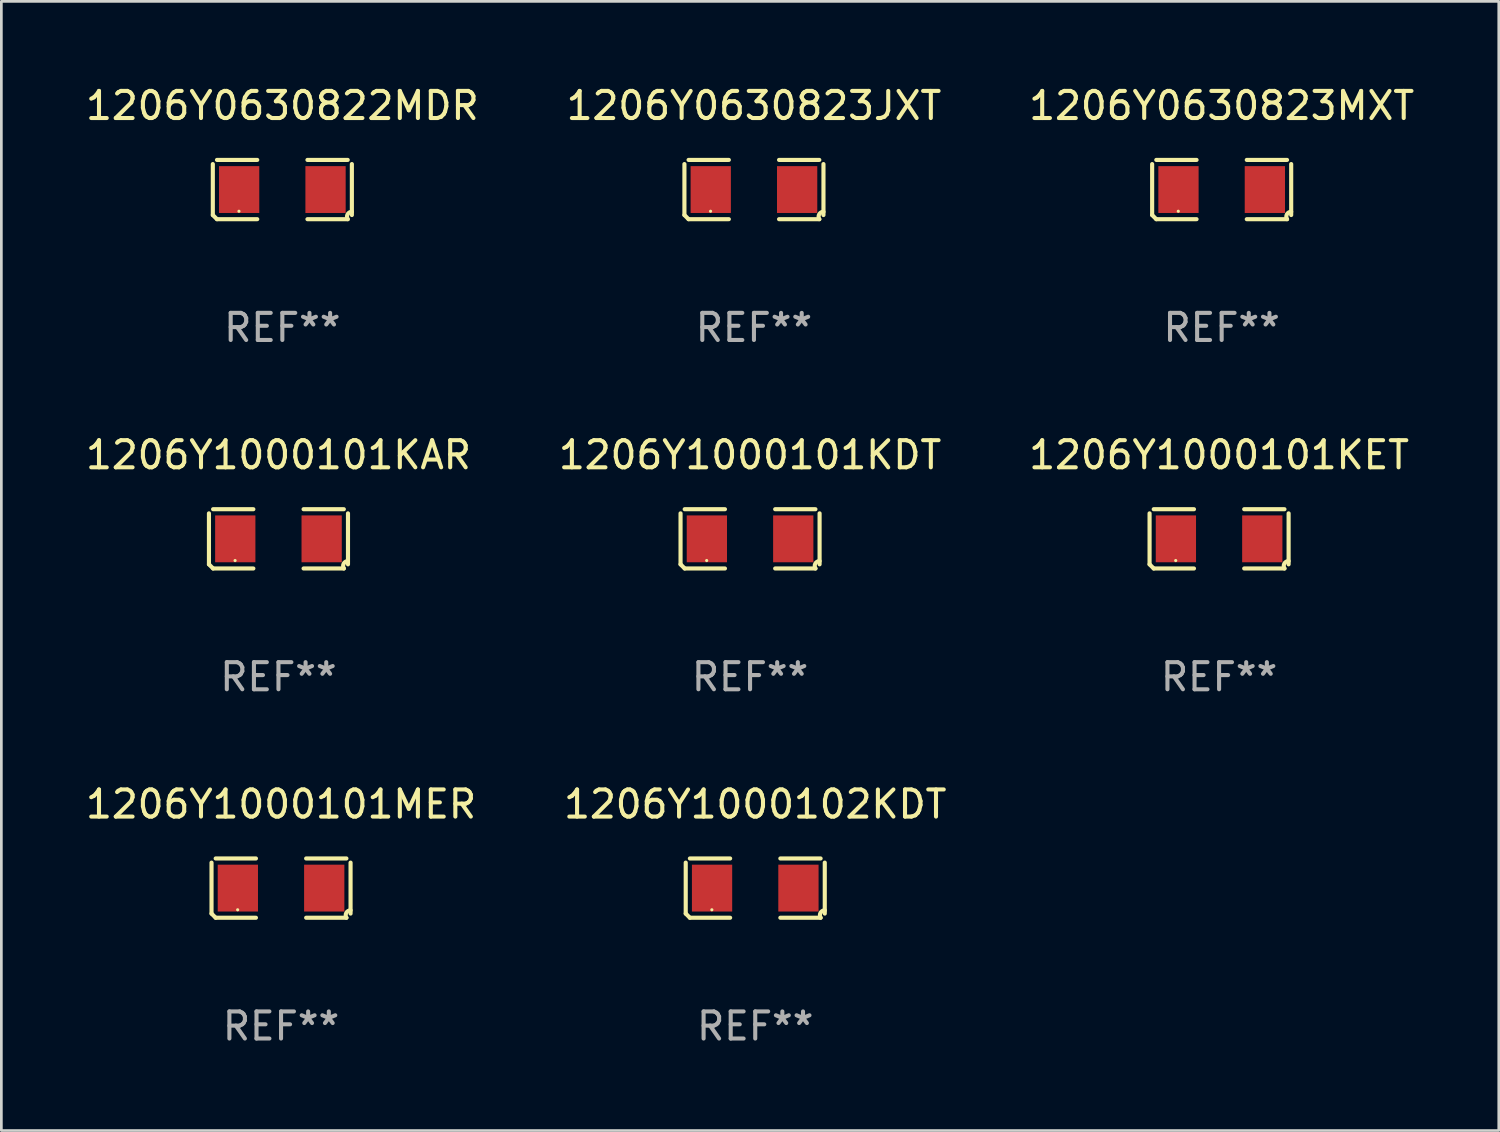
<source format=kicad_pcb>
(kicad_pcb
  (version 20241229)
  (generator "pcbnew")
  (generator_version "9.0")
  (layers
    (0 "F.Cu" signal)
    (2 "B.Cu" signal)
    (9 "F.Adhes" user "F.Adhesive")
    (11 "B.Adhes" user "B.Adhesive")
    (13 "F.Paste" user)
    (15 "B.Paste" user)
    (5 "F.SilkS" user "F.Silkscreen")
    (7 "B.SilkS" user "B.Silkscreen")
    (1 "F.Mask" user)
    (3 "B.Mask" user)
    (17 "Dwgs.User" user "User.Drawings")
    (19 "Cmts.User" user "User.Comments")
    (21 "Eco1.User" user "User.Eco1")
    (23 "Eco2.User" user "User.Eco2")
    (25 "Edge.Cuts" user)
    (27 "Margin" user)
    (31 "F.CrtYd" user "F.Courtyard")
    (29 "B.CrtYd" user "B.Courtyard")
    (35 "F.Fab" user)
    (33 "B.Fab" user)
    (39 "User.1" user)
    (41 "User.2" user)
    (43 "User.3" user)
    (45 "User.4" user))
  (footprint "1206Y1000101KDT"
    (layer "F.Cu")
    (at 24.613 16.823)
    (property "Reference" "1206Y1000101KDT" (at 0 -3.093 0) (layer "F.SilkS") (effects (font (size 1 1) (thickness 0.15))))
    (attr through_hole)
    (fp_line (start -2.564 0.94) (end -2.564 -0.94) (stroke (width 0.152) (type solid)) (layer "F.SilkS"))
    (fp_line (start -2.411 -1.093) (end -0.926 -1.093) (stroke (width 0.152) (type solid)) (layer "F.SilkS"))
    (fp_line (start -0.926 1.093) (end -2.411 1.093) (stroke (width 0.152) (type solid)) (layer "F.SilkS"))
    (fp_line (start 0.926 1.093) (end 2.411 1.093) (stroke (width 0.152) (type solid)) (layer "F.SilkS"))
    (fp_line (start 2.411 -1.093) (end 0.926 -1.093) (stroke (width 0.152) (type solid)) (layer "F.SilkS"))
    (fp_line (start 2.564 0.94) (end 2.564 -0.94) (stroke (width 0.152) (type solid)) (layer "F.SilkS"))
    (fp_arc (start -2.411201 1.092609) (mid -2.487413 1.01642) (end -2.563602 0.940208) (stroke (width 0.1524) (type solid)) (layer "F.SilkS"))
    (fp_arc (start 2.411201 1.092609) (mid 2.407159 0.911226) (end 2.563602 0.819347) (stroke (width 0.1524) (type solid)) (layer "F.SilkS"))
    (fp_circle (center -1.6 0.8) (end -1.57 0.8) (stroke (width 0.06) (type solid)) (fill no) (layer "F.SilkS"))
    (fp_text user "REF**" (at 0 5.093 0) (layer "F.Fab") (effects (font (size 1 1) (thickness 0.15))))
    (pad "1" smd rect (at -1.593 0) (size 1.485 1.728) (layers "F.Cu" "F.Mask" "F.Paste"))
    (pad "2" smd rect (at 1.593 0) (size 1.485 1.728) (layers "F.Cu" "F.Mask" "F.Paste")))
  (footprint "1206Y0630822MDR"
    (layer "F.Cu")
    (at 7.363 3.941)
    (property "Reference" "1206Y0630822MDR" (at 0 -3.093 0) (layer "F.SilkS") (effects (font (size 1 1) (thickness 0.15))))
    (attr through_hole)
    (fp_line (start -2.564 0.94) (end -2.564 -0.94) (stroke (width 0.152) (type solid)) (layer "F.SilkS"))
    (fp_line (start -2.411 -1.093) (end -0.926 -1.093) (stroke (width 0.152) (type solid)) (layer "F.SilkS"))
    (fp_line (start -0.926 1.093) (end -2.411 1.093) (stroke (width 0.152) (type solid)) (layer "F.SilkS"))
    (fp_line (start 0.926 1.093) (end 2.411 1.093) (stroke (width 0.152) (type solid)) (layer "F.SilkS"))
    (fp_line (start 2.411 -1.093) (end 0.926 -1.093) (stroke (width 0.152) (type solid)) (layer "F.SilkS"))
    (fp_line (start 2.564 0.94) (end 2.564 -0.94) (stroke (width 0.152) (type solid)) (layer "F.SilkS"))
    (fp_arc (start -2.411201 1.092609) (mid -2.487413 1.01642) (end -2.563602 0.940208) (stroke (width 0.1524) (type solid)) (layer "F.SilkS"))
    (fp_arc (start 2.411201 1.092609) (mid 2.407159 0.911226) (end 2.563602 0.819347) (stroke (width 0.1524) (type solid)) (layer "F.SilkS"))
    (fp_circle (center -1.6 0.8) (end -1.57 0.8) (stroke (width 0.06) (type solid)) (fill no) (layer "F.SilkS"))
    (fp_text user "REF**" (at 0 5.093 0) (layer "F.Fab") (effects (font (size 1 1) (thickness 0.15))))
    (pad "1" smd rect (at -1.593 0) (size 1.485 1.728) (layers "F.Cu" "F.Mask" "F.Paste"))
    (pad "2" smd rect (at 1.593 0) (size 1.485 1.728) (layers "F.Cu" "F.Mask" "F.Paste")))
  (footprint "1206Y1000101MER"
    (layer "F.Cu")
    (at 7.315 29.704)
    (property "Reference" "1206Y1000101MER" (at 0 -3.093 0) (layer "F.SilkS") (effects (font (size 1 1) (thickness 0.15))))
    (attr through_hole)
    (fp_line (start -2.564 0.94) (end -2.564 -0.94) (stroke (width 0.152) (type solid)) (layer "F.SilkS"))
    (fp_line (start -2.411 -1.093) (end -0.926 -1.093) (stroke (width 0.152) (type solid)) (layer "F.SilkS"))
    (fp_line (start -0.926 1.093) (end -2.411 1.093) (stroke (width 0.152) (type solid)) (layer "F.SilkS"))
    (fp_line (start 0.926 1.093) (end 2.411 1.093) (stroke (width 0.152) (type solid)) (layer "F.SilkS"))
    (fp_line (start 2.411 -1.093) (end 0.926 -1.093) (stroke (width 0.152) (type solid)) (layer "F.SilkS"))
    (fp_line (start 2.564 0.94) (end 2.564 -0.94) (stroke (width 0.152) (type solid)) (layer "F.SilkS"))
    (fp_arc (start -2.411201 1.092609) (mid -2.487413 1.01642) (end -2.563602 0.940208) (stroke (width 0.1524) (type solid)) (layer "F.SilkS"))
    (fp_arc (start 2.411201 1.092609) (mid 2.407159 0.911226) (end 2.563602 0.819347) (stroke (width 0.1524) (type solid)) (layer "F.SilkS"))
    (fp_circle (center -1.6 0.8) (end -1.57 0.8) (stroke (width 0.06) (type solid)) (fill no) (layer "F.SilkS"))
    (fp_text user "REF**" (at 0 5.093 0) (layer "F.Fab") (effects (font (size 1 1) (thickness 0.15))))
    (pad "1" smd rect (at -1.593 0) (size 1.485 1.728) (layers "F.Cu" "F.Mask" "F.Paste"))
    (pad "2" smd rect (at 1.593 0) (size 1.485 1.728) (layers "F.Cu" "F.Mask" "F.Paste")))
  (footprint "1206Y1000101KAR"
    (layer "F.Cu")
    (at 7.22 16.823)
    (property "Reference" "1206Y1000101KAR" (at 0 -3.093 0) (layer "F.SilkS") (effects (font (size 1 1) (thickness 0.15))))
    (attr through_hole)
    (fp_line (start -2.564 0.94) (end -2.564 -0.94) (stroke (width 0.152) (type solid)) (layer "F.SilkS"))
    (fp_line (start -2.411 -1.093) (end -0.926 -1.093) (stroke (width 0.152) (type solid)) (layer "F.SilkS"))
    (fp_line (start -0.926 1.093) (end -2.411 1.093) (stroke (width 0.152) (type solid)) (layer "F.SilkS"))
    (fp_line (start 0.926 1.093) (end 2.411 1.093) (stroke (width 0.152) (type solid)) (layer "F.SilkS"))
    (fp_line (start 2.411 -1.093) (end 0.926 -1.093) (stroke (width 0.152) (type solid)) (layer "F.SilkS"))
    (fp_line (start 2.564 0.94) (end 2.564 -0.94) (stroke (width 0.152) (type solid)) (layer "F.SilkS"))
    (fp_arc (start -2.411201 1.092609) (mid -2.487413 1.01642) (end -2.563602 0.940208) (stroke (width 0.1524) (type solid)) (layer "F.SilkS"))
    (fp_arc (start 2.411201 1.092609) (mid 2.407159 0.911226) (end 2.563602 0.819347) (stroke (width 0.1524) (type solid)) (layer "F.SilkS"))
    (fp_circle (center -1.6 0.8) (end -1.57 0.8) (stroke (width 0.06) (type solid)) (fill no) (layer "F.SilkS"))
    (fp_text user "REF**" (at 0 5.093 0) (layer "F.Fab") (effects (font (size 1 1) (thickness 0.15))))
    (pad "1" smd rect (at -1.593 0) (size 1.485 1.728) (layers "F.Cu" "F.Mask" "F.Paste"))
    (pad "2" smd rect (at 1.593 0) (size 1.485 1.728) (layers "F.Cu" "F.Mask" "F.Paste")))
  (footprint "1206Y1000102KDT"
    (layer "F.Cu")
    (at 24.804 29.704)
    (property "Reference" "1206Y1000102KDT" (at 0 -3.093 0) (layer "F.SilkS") (effects (font (size 1 1) (thickness 0.15))))
    (attr through_hole)
    (fp_line (start -2.564 0.94) (end -2.564 -0.94) (stroke (width 0.152) (type solid)) (layer "F.SilkS"))
    (fp_line (start -2.411 -1.093) (end -0.926 -1.093) (stroke (width 0.152) (type solid)) (layer "F.SilkS"))
    (fp_line (start -0.926 1.093) (end -2.411 1.093) (stroke (width 0.152) (type solid)) (layer "F.SilkS"))
    (fp_line (start 0.926 1.093) (end 2.411 1.093) (stroke (width 0.152) (type solid)) (layer "F.SilkS"))
    (fp_line (start 2.411 -1.093) (end 0.926 -1.093) (stroke (width 0.152) (type solid)) (layer "F.SilkS"))
    (fp_line (start 2.564 0.94) (end 2.564 -0.94) (stroke (width 0.152) (type solid)) (layer "F.SilkS"))
    (fp_arc (start -2.411201 1.092609) (mid -2.487413 1.01642) (end -2.563602 0.940208) (stroke (width 0.1524) (type solid)) (layer "F.SilkS"))
    (fp_arc (start 2.411201 1.092609) (mid 2.407159 0.911226) (end 2.563602 0.819347) (stroke (width 0.1524) (type solid)) (layer "F.SilkS"))
    (fp_circle (center -1.6 0.8) (end -1.57 0.8) (stroke (width 0.06) (type solid)) (fill no) (layer "F.SilkS"))
    (fp_text user "REF**" (at 0 5.093 0) (layer "F.Fab") (effects (font (size 1 1) (thickness 0.15))))
    (pad "1" smd rect (at -1.593 0) (size 1.485 1.728) (layers "F.Cu" "F.Mask" "F.Paste"))
    (pad "2" smd rect (at 1.593 0) (size 1.485 1.728) (layers "F.Cu" "F.Mask" "F.Paste")))
  (footprint "1206Y1000101KET"
    (layer "F.Cu")
    (at 41.911 16.823)
    (property "Reference" "1206Y1000101KET" (at 0 -3.093 0) (layer "F.SilkS") (effects (font (size 1 1) (thickness 0.15))))
    (attr through_hole)
    (fp_line (start -2.564 0.94) (end -2.564 -0.94) (stroke (width 0.152) (type solid)) (layer "F.SilkS"))
    (fp_line (start -2.411 -1.093) (end -0.926 -1.093) (stroke (width 0.152) (type solid)) (layer "F.SilkS"))
    (fp_line (start -0.926 1.093) (end -2.411 1.093) (stroke (width 0.152) (type solid)) (layer "F.SilkS"))
    (fp_line (start 0.926 1.093) (end 2.411 1.093) (stroke (width 0.152) (type solid)) (layer "F.SilkS"))
    (fp_line (start 2.411 -1.093) (end 0.926 -1.093) (stroke (width 0.152) (type solid)) (layer "F.SilkS"))
    (fp_line (start 2.564 0.94) (end 2.564 -0.94) (stroke (width 0.152) (type solid)) (layer "F.SilkS"))
    (fp_arc (start -2.411201 1.092609) (mid -2.487413 1.01642) (end -2.563602 0.940208) (stroke (width 0.1524) (type solid)) (layer "F.SilkS"))
    (fp_arc (start 2.411201 1.092609) (mid 2.407159 0.911226) (end 2.563602 0.819347) (stroke (width 0.1524) (type solid)) (layer "F.SilkS"))
    (fp_circle (center -1.6 0.8) (end -1.57 0.8) (stroke (width 0.06) (type solid)) (fill no) (layer "F.SilkS"))
    (fp_text user "REF**" (at 0 5.093 0) (layer "F.Fab") (effects (font (size 1 1) (thickness 0.15))))
    (pad "1" smd rect (at -1.593 0) (size 1.485 1.728) (layers "F.Cu" "F.Mask" "F.Paste"))
    (pad "2" smd rect (at 1.593 0) (size 1.485 1.728) (layers "F.Cu" "F.Mask" "F.Paste")))
  (footprint "1206Y0630823MXT"
    (layer "F.Cu")
    (at 42.006 3.941)
    (property "Reference" "1206Y0630823MXT" (at 0 -3.093 0) (layer "F.SilkS") (effects (font (size 1 1) (thickness 0.15))))
    (attr through_hole)
    (fp_line (start -2.564 0.94) (end -2.564 -0.94) (stroke (width 0.152) (type solid)) (layer "F.SilkS"))
    (fp_line (start -2.411 -1.093) (end -0.926 -1.093) (stroke (width 0.152) (type solid)) (layer "F.SilkS"))
    (fp_line (start -0.926 1.093) (end -2.411 1.093) (stroke (width 0.152) (type solid)) (layer "F.SilkS"))
    (fp_line (start 0.926 1.093) (end 2.411 1.093) (stroke (width 0.152) (type solid)) (layer "F.SilkS"))
    (fp_line (start 2.411 -1.093) (end 0.926 -1.093) (stroke (width 0.152) (type solid)) (layer "F.SilkS"))
    (fp_line (start 2.564 0.94) (end 2.564 -0.94) (stroke (width 0.152) (type solid)) (layer "F.SilkS"))
    (fp_arc (start -2.411201 1.092609) (mid -2.487413 1.01642) (end -2.563602 0.940208) (stroke (width 0.1524) (type solid)) (layer "F.SilkS"))
    (fp_arc (start 2.411201 1.092609) (mid 2.407159 0.911226) (end 2.563602 0.819347) (stroke (width 0.1524) (type solid)) (layer "F.SilkS"))
    (fp_circle (center -1.6 0.8) (end -1.57 0.8) (stroke (width 0.06) (type solid)) (fill no) (layer "F.SilkS"))
    (fp_text user "REF**" (at 0 5.093 0) (layer "F.Fab") (effects (font (size 1 1) (thickness 0.15))))
    (pad "1" smd rect (at -1.593 0) (size 1.485 1.728) (layers "F.Cu" "F.Mask" "F.Paste"))
    (pad "2" smd rect (at 1.593 0) (size 1.485 1.728) (layers "F.Cu" "F.Mask" "F.Paste")))
  (footprint "1206Y0630823JXT"
    (layer "F.Cu")
    (at 24.756 3.941)
    (property "Reference" "1206Y0630823JXT" (at 0 -3.093 0) (layer "F.SilkS") (effects (font (size 1 1) (thickness 0.15))))
    (attr through_hole)
    (fp_line (start -2.564 0.94) (end -2.564 -0.94) (stroke (width 0.152) (type solid)) (layer "F.SilkS"))
    (fp_line (start -2.411 -1.093) (end -0.926 -1.093) (stroke (width 0.152) (type solid)) (layer "F.SilkS"))
    (fp_line (start -0.926 1.093) (end -2.411 1.093) (stroke (width 0.152) (type solid)) (layer "F.SilkS"))
    (fp_line (start 0.926 1.093) (end 2.411 1.093) (stroke (width 0.152) (type solid)) (layer "F.SilkS"))
    (fp_line (start 2.411 -1.093) (end 0.926 -1.093) (stroke (width 0.152) (type solid)) (layer "F.SilkS"))
    (fp_line (start 2.564 0.94) (end 2.564 -0.94) (stroke (width 0.152) (type solid)) (layer "F.SilkS"))
    (fp_arc (start -2.411201 1.092609) (mid -2.487413 1.01642) (end -2.563602 0.940208) (stroke (width 0.1524) (type solid)) (layer "F.SilkS"))
    (fp_arc (start 2.411201 1.092609) (mid 2.407159 0.911226) (end 2.563602 0.819347) (stroke (width 0.1524) (type solid)) (layer "F.SilkS"))
    (fp_circle (center -1.6 0.8) (end -1.57 0.8) (stroke (width 0.06) (type solid)) (fill no) (layer "F.SilkS"))
    (fp_text user "REF**" (at 0 5.093 0) (layer "F.Fab") (effects (font (size 1 1) (thickness 0.15))))
    (pad "1" smd rect (at -1.593 0) (size 1.485 1.728) (layers "F.Cu" "F.Mask" "F.Paste"))
    (pad "2" smd rect (at 1.593 0) (size 1.485 1.728) (layers "F.Cu" "F.Mask" "F.Paste")))
  (gr_rect
    (start -3 -3)
    (end 52.226 38.645)
    (stroke (width 0.1) (type default))
    (fill no)
    (layer "Edge.Cuts")))
</source>
